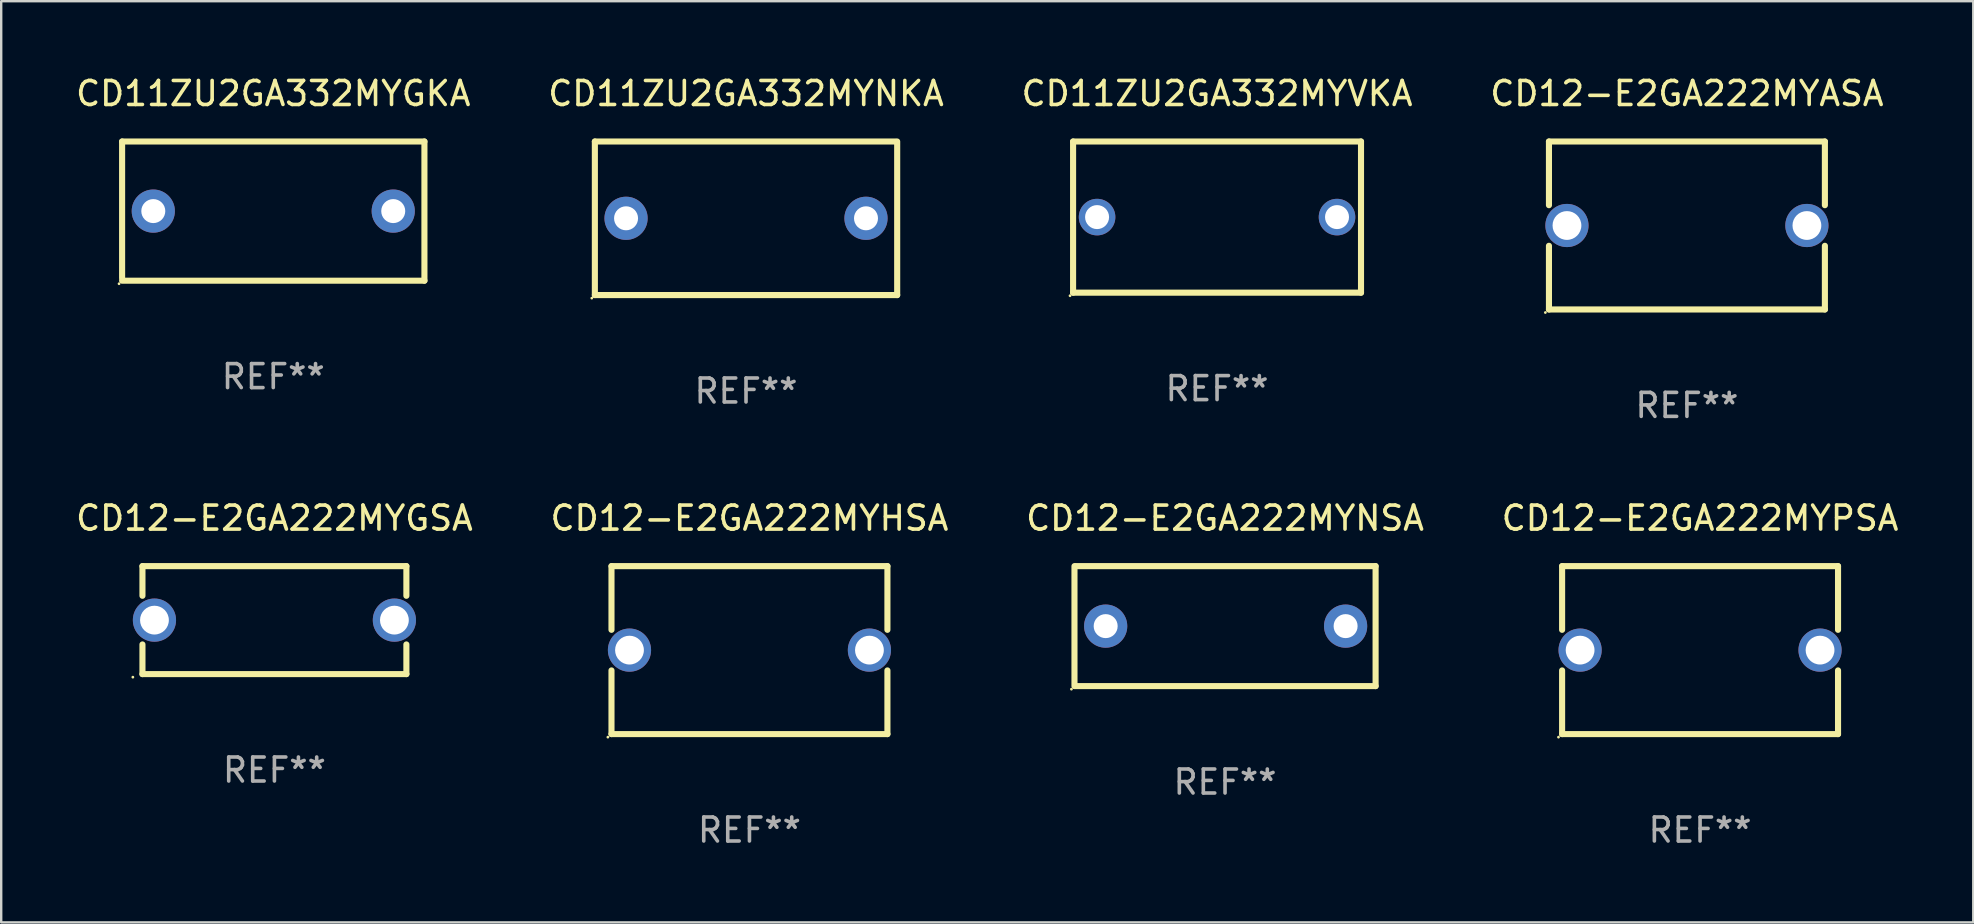
<source format=kicad_pcb>
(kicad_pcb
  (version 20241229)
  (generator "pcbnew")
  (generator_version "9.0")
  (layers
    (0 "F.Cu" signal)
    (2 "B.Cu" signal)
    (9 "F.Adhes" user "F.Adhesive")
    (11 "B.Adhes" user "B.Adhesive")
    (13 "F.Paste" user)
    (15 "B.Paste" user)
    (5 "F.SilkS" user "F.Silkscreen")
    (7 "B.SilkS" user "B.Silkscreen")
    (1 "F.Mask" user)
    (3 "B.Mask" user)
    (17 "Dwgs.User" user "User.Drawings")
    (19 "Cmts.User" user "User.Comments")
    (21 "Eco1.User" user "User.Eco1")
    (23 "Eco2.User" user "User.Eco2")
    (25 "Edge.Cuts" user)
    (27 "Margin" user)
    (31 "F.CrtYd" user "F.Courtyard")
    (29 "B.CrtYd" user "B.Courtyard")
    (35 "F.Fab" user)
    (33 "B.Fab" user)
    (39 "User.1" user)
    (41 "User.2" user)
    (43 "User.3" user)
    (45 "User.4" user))
  (footprint "CD12-E2GA222MYPSA"
    (layer "F.Cu")
    (at 67.804 24.045)
    (property "Reference" "CD12-E2GA222MYPSA" (at 0 -5.5 0) (layer "F.SilkS") (effects (font (size 1 1) (thickness 0.15))))
    (attr through_hole)
    (fp_line (start -5.75 -3.5) (end -5.75 -0.846) (stroke (width 0.254) (type solid)) (layer "F.SilkS"))
    (fp_line (start -5.75 -3.5) (end 5.75 -3.5) (stroke (width 0.254) (type solid)) (layer "F.SilkS"))
    (fp_line (start -5.75 0.846) (end -5.75 3.5) (stroke (width 0.254) (type solid)) (layer "F.SilkS"))
    (fp_line (start 5.75 -3.5) (end 5.75 -0.846) (stroke (width 0.254) (type solid)) (layer "F.SilkS"))
    (fp_line (start 5.75 0.846) (end 5.75 3.5) (stroke (width 0.254) (type solid)) (layer "F.SilkS"))
    (fp_line (start 5.75 3.5) (end -5.75 3.5) (stroke (width 0.254) (type solid)) (layer "F.SilkS"))
    (fp_circle (center -5.9 3.627) (end -5.87 3.627) (stroke (width 0.06) (type solid)) (fill no) (layer "F.SilkS"))
    (fp_text user "REF**" (at 0 7.5 0) (layer "F.Fab") (effects (font (size 1 1) (thickness 0.15))))
    (pad "1" thru_hole circle (at -5 0) (size 1.8 1.8) (drill 1.2) (layers "*.Cu" "*.Mask"))
    (pad "2" thru_hole circle (at 5 0) (size 1.8 1.8) (drill 1.2) (layers "*.Cu" "*.Mask")))
  (footprint "CD11ZU2GA332MYGKA"
    (layer "F.Cu")
    (at 8.339 5.748)
    (property "Reference" "CD11ZU2GA332MYGKA" (at 0 -4.9 0) (layer "F.SilkS") (effects (font (size 1 1) (thickness 0.15))))
    (attr through_hole)
    (fp_line (start -6.3 -2.9) (end -6.3 2.794) (stroke (width 0.254) (type solid)) (layer "F.SilkS"))
    (fp_line (start -6.3 -2.9) (end 6.3 -2.9) (stroke (width 0.254) (type solid)) (layer "F.SilkS"))
    (fp_line (start -6.3 2.9) (end 6.3 2.9) (stroke (width 0.254) (type solid)) (layer "F.SilkS"))
    (fp_line (start 6.3 -2.9) (end 6.3 2.9) (stroke (width 0.254) (type solid)) (layer "F.SilkS"))
    (fp_circle (center -6.427 3.027) (end -6.397 3.027) (stroke (width 0.06) (type solid)) (fill no) (layer "F.SilkS"))
    (fp_text user "REF**" (at 0 6.9 0) (layer "F.Fab") (effects (font (size 1 1) (thickness 0.15))))
    (pad "1" thru_hole circle (at -5 0) (size 1.8 1.8) (drill 1) (layers "*.Cu" "*.Mask"))
    (pad "2" thru_hole circle (at 5 0) (size 1.8 1.8) (drill 1) (layers "*.Cu" "*.Mask")))
  (footprint "CD11ZU2GA332MYVKA"
    (layer "F.Cu")
    (at 47.673 5.998)
    (property "Reference" "CD11ZU2GA332MYVKA" (at 0 -5.15 0) (layer "F.SilkS") (effects (font (size 1 1) (thickness 0.15))))
    (attr through_hole)
    (fp_line (start -6 -3.15) (end -6 3.15) (stroke (width 0.254) (type solid)) (layer "F.SilkS"))
    (fp_line (start -6 -3.15) (end 6 -3.15) (stroke (width 0.254) (type solid)) (layer "F.SilkS"))
    (fp_line (start -6 3.15) (end 6 3.15) (stroke (width 0.254) (type solid)) (layer "F.SilkS"))
    (fp_line (start 6 -3.15) (end 6 3.15) (stroke (width 0.254) (type solid)) (layer "F.SilkS"))
    (fp_circle (center -6.127 3.277) (end -6.097 3.277) (stroke (width 0.06) (type solid)) (fill no) (layer "F.SilkS"))
    (fp_text user "REF**" (at 0 7.15 0) (layer "F.Fab") (effects (font (size 1 1) (thickness 0.15))))
    (pad "1" thru_hole circle (at -5 0) (size 1.524 1.524) (drill 1) (layers "*.Cu" "*.Mask"))
    (pad "2" thru_hole circle (at 5 0) (size 1.524 1.524) (drill 1) (layers "*.Cu" "*.Mask")))
  (footprint "CD12-E2GA222MYNSA"
    (layer "F.Cu")
    (at 48.006 23.045)
    (property "Reference" "CD12-E2GA222MYNSA" (at 0 -4.5 0) (layer "F.SilkS") (effects (font (size 1 1) (thickness 0.15))))
    (attr through_hole)
    (fp_line (start -6.275 -2.5) (end -6.275 2.5) (stroke (width 0.254) (type solid)) (layer "F.SilkS"))
    (fp_line (start -6.225 -2.5) (end 6.275 -2.5) (stroke (width 0.254) (type solid)) (layer "F.SilkS"))
    (fp_line (start -6.225 2.5) (end 6.275 2.5) (stroke (width 0.254) (type solid)) (layer "F.SilkS"))
    (fp_line (start 6.275 -2.5) (end 6.275 2.5) (stroke (width 0.254) (type solid)) (layer "F.SilkS"))
    (fp_circle (center -6.402 2.627) (end -6.372 2.627) (stroke (width 0.06) (type solid)) (fill no) (layer "F.SilkS"))
    (fp_text user "REF**" (at 0 6.5 0) (layer "F.Fab") (effects (font (size 1 1) (thickness 0.15))))
    (pad "1" thru_hole circle (at -4.975 0) (size 1.8 1.8) (drill 1) (layers "*.Cu" "*.Mask"))
    (pad "2" thru_hole circle (at 5.025 0) (size 1.8 1.8) (drill 1) (layers "*.Cu" "*.Mask")))
  (footprint "CD12-E2GA222MYGSA"
    (layer "F.Cu")
    (at 8.387 22.795)
    (property "Reference" "CD12-E2GA222MYGSA" (at 0 -4.25 0) (layer "F.SilkS") (effects (font (size 1 1) (thickness 0.15))))
    (attr through_hole)
    (fp_line (start -5.5 -2.25) (end -5.5 -1.014) (stroke (width 0.254) (type solid)) (layer "F.SilkS"))
    (fp_line (start -5.5 -2.25) (end 5.5 -2.25) (stroke (width 0.254) (type solid)) (layer "F.SilkS"))
    (fp_line (start -5.5 1.014) (end -5.5 2.25) (stroke (width 0.254) (type solid)) (layer "F.SilkS"))
    (fp_line (start 5.5 -2.25) (end 5.5 -1.014) (stroke (width 0.254) (type solid)) (layer "F.SilkS"))
    (fp_line (start 5.5 1.014) (end 5.5 2.25) (stroke (width 0.254) (type solid)) (layer "F.SilkS"))
    (fp_line (start 5.5 2.25) (end -5.5 2.25) (stroke (width 0.254) (type solid)) (layer "F.SilkS"))
    (fp_circle (center -5.9 2.377) (end -5.87 2.377) (stroke (width 0.06) (type solid)) (fill no) (layer "F.SilkS"))
    (fp_text user "REF**" (at 0 6.25 0) (layer "F.Fab") (effects (font (size 1 1) (thickness 0.15))))
    (pad "1" thru_hole circle (at -5 0) (size 1.8 1.8) (drill 1.2) (layers "*.Cu" "*.Mask"))
    (pad "2" thru_hole circle (at 5 0) (size 1.8 1.8) (drill 1.2) (layers "*.Cu" "*.Mask")))
  (footprint "CD11ZU2GA332MYNKA"
    (layer "F.Cu")
    (at 28.042 6.048)
    (property "Reference" "CD11ZU2GA332MYNKA" (at 0 -5.2 0) (layer "F.SilkS") (effects (font (size 1 1) (thickness 0.15))))
    (attr through_hole)
    (fp_line (start -6.3 3.2) (end 6.3 3.2) (stroke (width 0.254) (type solid)) (layer "F.SilkS"))
    (fp_line (start -6.3 -3.2) (end -6.3 3.2) (stroke (width 0.254) (type solid)) (layer "F.SilkS"))
    (fp_line (start -6.3 -3.2) (end 6.223 -3.2) (stroke (width 0.254) (type solid)) (layer "F.SilkS"))
    (fp_line (start 6.3 -3.2) (end 6.3 3.2) (stroke (width 0.254) (type solid)) (layer "F.SilkS"))
    (fp_circle (center -6.427 3.327) (end -6.397 3.327) (stroke (width 0.06) (type solid)) (fill no) (layer "F.SilkS"))
    (fp_text user "REF**" (at 0 7.2 0) (layer "F.Fab") (effects (font (size 1 1) (thickness 0.15))))
    (pad "1" thru_hole circle (at -5 0) (size 1.8 1.8) (drill 1) (layers "*.Cu" "*.Mask"))
    (pad "2" thru_hole circle (at 5 0) (size 1.8 1.8) (drill 1) (layers "*.Cu" "*.Mask")))
  (footprint "CD12-E2GA222MYHSA"
    (layer "F.Cu")
    (at 28.185 24.045)
    (property "Reference" "CD12-E2GA222MYHSA" (at 0 -5.5 0) (layer "F.SilkS") (effects (font (size 1 1) (thickness 0.15))))
    (attr through_hole)
    (fp_line (start -5.75 -3.5) (end -5.75 -0.846) (stroke (width 0.254) (type solid)) (layer "F.SilkS"))
    (fp_line (start -5.75 -3.5) (end 5.75 -3.5) (stroke (width 0.254) (type solid)) (layer "F.SilkS"))
    (fp_line (start -5.75 0.846) (end -5.75 3.5) (stroke (width 0.254) (type solid)) (layer "F.SilkS"))
    (fp_line (start 5.75 -3.5) (end 5.75 -0.846) (stroke (width 0.254) (type solid)) (layer "F.SilkS"))
    (fp_line (start 5.75 0.846) (end 5.75 3.5) (stroke (width 0.254) (type solid)) (layer "F.SilkS"))
    (fp_line (start 5.75 3.5) (end -5.75 3.5) (stroke (width 0.254) (type solid)) (layer "F.SilkS"))
    (fp_circle (center -5.9 3.627) (end -5.87 3.627) (stroke (width 0.06) (type solid)) (fill no) (layer "F.SilkS"))
    (fp_text user "REF**" (at 0 7.5 0) (layer "F.Fab") (effects (font (size 1 1) (thickness 0.15))))
    (pad "1" thru_hole circle (at -5 0) (size 1.8 1.8) (drill 1.2) (layers "*.Cu" "*.Mask"))
    (pad "2" thru_hole circle (at 5 0) (size 1.8 1.8) (drill 1.2) (layers "*.Cu" "*.Mask")))
  (footprint "CD12-E2GA222MYASA"
    (layer "F.Cu")
    (at 67.256 6.348)
    (property "Reference" "CD12-E2GA222MYASA" (at 0 -5.5 0) (layer "F.SilkS") (effects (font (size 1 1) (thickness 0.15))))
    (attr through_hole)
    (fp_line (start -5.75 -3.5) (end -5.75 -0.846) (stroke (width 0.254) (type solid)) (layer "F.SilkS"))
    (fp_line (start -5.75 -3.5) (end 5.75 -3.5) (stroke (width 0.254) (type solid)) (layer "F.SilkS"))
    (fp_line (start -5.75 0.846) (end -5.75 3.5) (stroke (width 0.254) (type solid)) (layer "F.SilkS"))
    (fp_line (start 5.75 -3.5) (end 5.75 -0.846) (stroke (width 0.254) (type solid)) (layer "F.SilkS"))
    (fp_line (start 5.75 0.846) (end 5.75 3.5) (stroke (width 0.254) (type solid)) (layer "F.SilkS"))
    (fp_line (start 5.75 3.5) (end -5.75 3.5) (stroke (width 0.254) (type solid)) (layer "F.SilkS"))
    (fp_circle (center -5.9 3.627) (end -5.87 3.627) (stroke (width 0.06) (type solid)) (fill no) (layer "F.SilkS"))
    (fp_text user "REF**" (at 0 7.5 0) (layer "F.Fab") (effects (font (size 1 1) (thickness 0.15))))
    (pad "1" thru_hole circle (at -5 0) (size 1.8 1.8) (drill 1.2) (layers "*.Cu" "*.Mask"))
    (pad "2" thru_hole circle (at 5 0) (size 1.8 1.8) (drill 1.2) (layers "*.Cu" "*.Mask")))
  (gr_rect
    (start -3 -3)
    (end 79.19 35.393)
    (stroke (width 0.1) (type default))
    (fill no)
    (layer "Edge.Cuts")))
</source>
